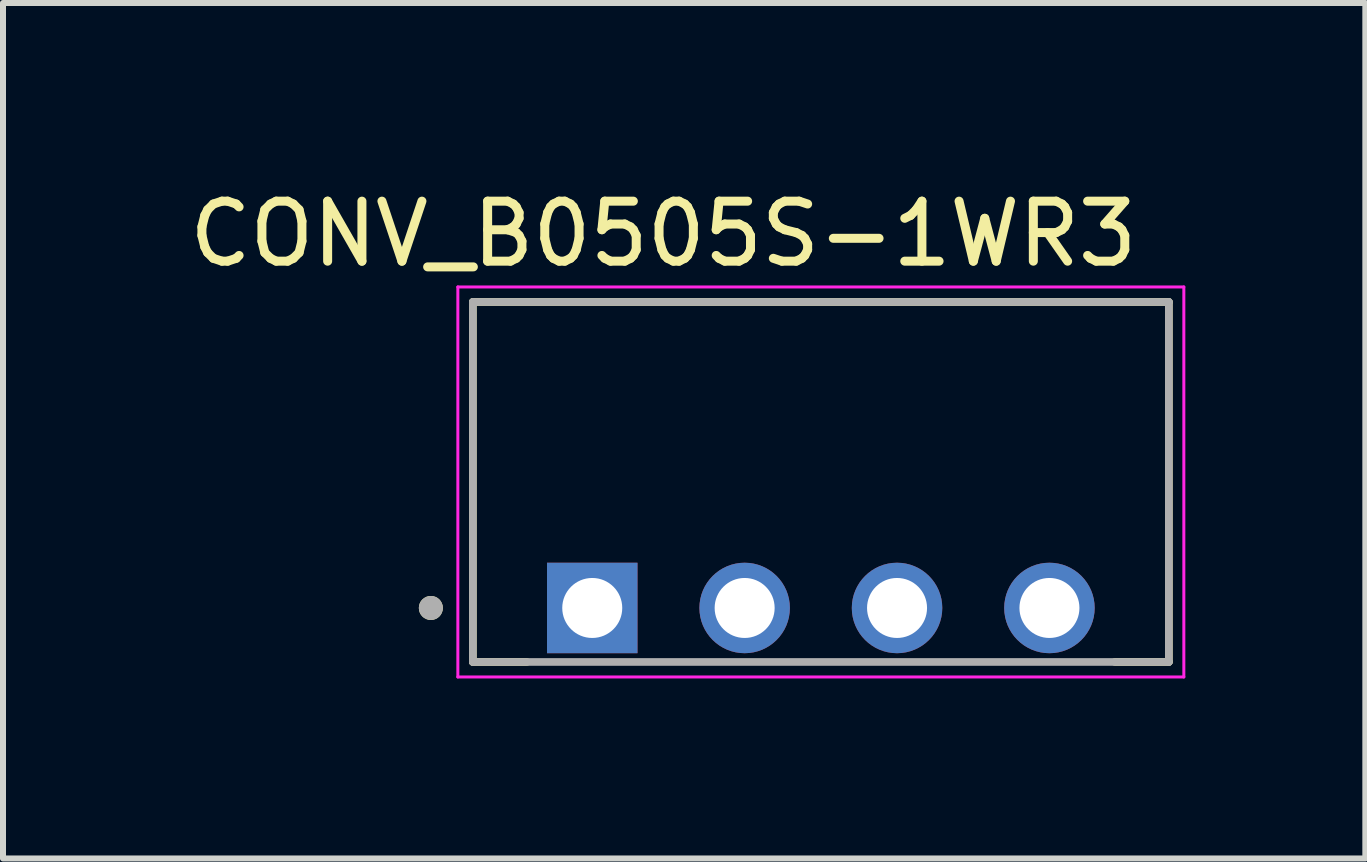
<source format=kicad_pcb>
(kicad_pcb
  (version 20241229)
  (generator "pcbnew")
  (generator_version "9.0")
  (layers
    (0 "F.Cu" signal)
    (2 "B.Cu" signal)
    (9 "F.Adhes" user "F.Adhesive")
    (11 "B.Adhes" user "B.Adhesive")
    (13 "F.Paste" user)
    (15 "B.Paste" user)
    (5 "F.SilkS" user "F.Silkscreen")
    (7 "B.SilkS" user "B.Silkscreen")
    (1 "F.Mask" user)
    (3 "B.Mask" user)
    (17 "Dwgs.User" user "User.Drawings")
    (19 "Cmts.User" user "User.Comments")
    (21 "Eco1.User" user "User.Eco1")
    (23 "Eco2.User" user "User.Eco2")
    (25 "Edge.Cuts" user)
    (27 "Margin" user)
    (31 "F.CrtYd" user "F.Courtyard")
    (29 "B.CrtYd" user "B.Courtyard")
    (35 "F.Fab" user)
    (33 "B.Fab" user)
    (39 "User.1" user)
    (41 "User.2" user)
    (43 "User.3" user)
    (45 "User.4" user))
  (footprint "CONV_B0505S-1WR3"
    (layer "F.Cu")
    (at 10.631 4.983)
    (property "Reference" "CONV_B0505S-1WR3" (at -2.625 -4.135 0) (layer "F.SilkS") (effects (font (size 1 1) (thickness 0.15))))
    (attr through_hole)
    (fp_line (start -5.8 -3) (end 5.8 -3) (stroke (width 0.127) (type solid)) (layer "F.SilkS"))
    (fp_line (start -5.8 3) (end -5.8 -3) (stroke (width 0.127) (type solid)) (layer "F.SilkS"))
    (fp_line (start -4.9 3) (end -5.8 3) (stroke (width 0.127) (type solid)) (layer "F.SilkS"))
    (fp_line (start 5.8 -3) (end 5.8 3) (stroke (width 0.127) (type solid)) (layer "F.SilkS"))
    (fp_line (start 5.8 3) (end 4.9 3) (stroke (width 0.127) (type solid)) (layer "F.SilkS"))
    (fp_circle (center -6.5 2.1) (end -6.4 2.1) (stroke (width 0.2) (type solid)) (fill no) (layer "F.SilkS"))
    (fp_line (start -6.05 -3.25) (end 6.05 -3.25) (stroke (width 0.05) (type solid)) (layer "F.CrtYd"))
    (fp_line (start -6.05 3.25) (end -6.05 -3.25) (stroke (width 0.05) (type solid)) (layer "F.CrtYd"))
    (fp_line (start 6.05 -3.25) (end 6.05 3.25) (stroke (width 0.05) (type solid)) (layer "F.CrtYd"))
    (fp_line (start 6.05 3.25) (end -6.05 3.25) (stroke (width 0.05) (type solid)) (layer "F.CrtYd"))
    (fp_line (start -5.8 -3) (end -5.8 3) (stroke (width 0.127) (type solid)) (layer "F.Fab"))
    (fp_line (start -5.8 -3) (end 5.8 -3) (stroke (width 0.127) (type solid)) (layer "F.Fab"))
    (fp_line (start -5.8 3) (end 5.8 3) (stroke (width 0.127) (type solid)) (layer "F.Fab"))
    (fp_line (start 5.8 3) (end 5.8 -3) (stroke (width 0.127) (type solid)) (layer "F.Fab"))
    (fp_circle (center -6.5 2.1) (end -6.4 2.1) (stroke (width 0.2) (type solid)) (fill no) (layer "F.Fab"))
    (pad "1" thru_hole rect (at -3.81 2.1) (size 1.508 1.508) (drill 1) (layers "*.Cu" "*.Mask"))
    (pad "2" thru_hole circle (at -1.27 2.1) (size 1.508 1.508) (drill 1) (layers "*.Cu" "*.Mask"))
    (pad "3" thru_hole circle (at 1.27 2.1) (size 1.508 1.508) (drill 1) (layers "*.Cu" "*.Mask"))
    (pad "4" thru_hole circle (at 3.81 2.1) (size 1.508 1.508) (drill 1) (layers "*.Cu" "*.Mask")))
  (gr_rect
    (start -3 -3)
    (end 19.706 11.258)
    (stroke (width 0.1) (type default))
    (fill no)
    (layer "Edge.Cuts")))
</source>
